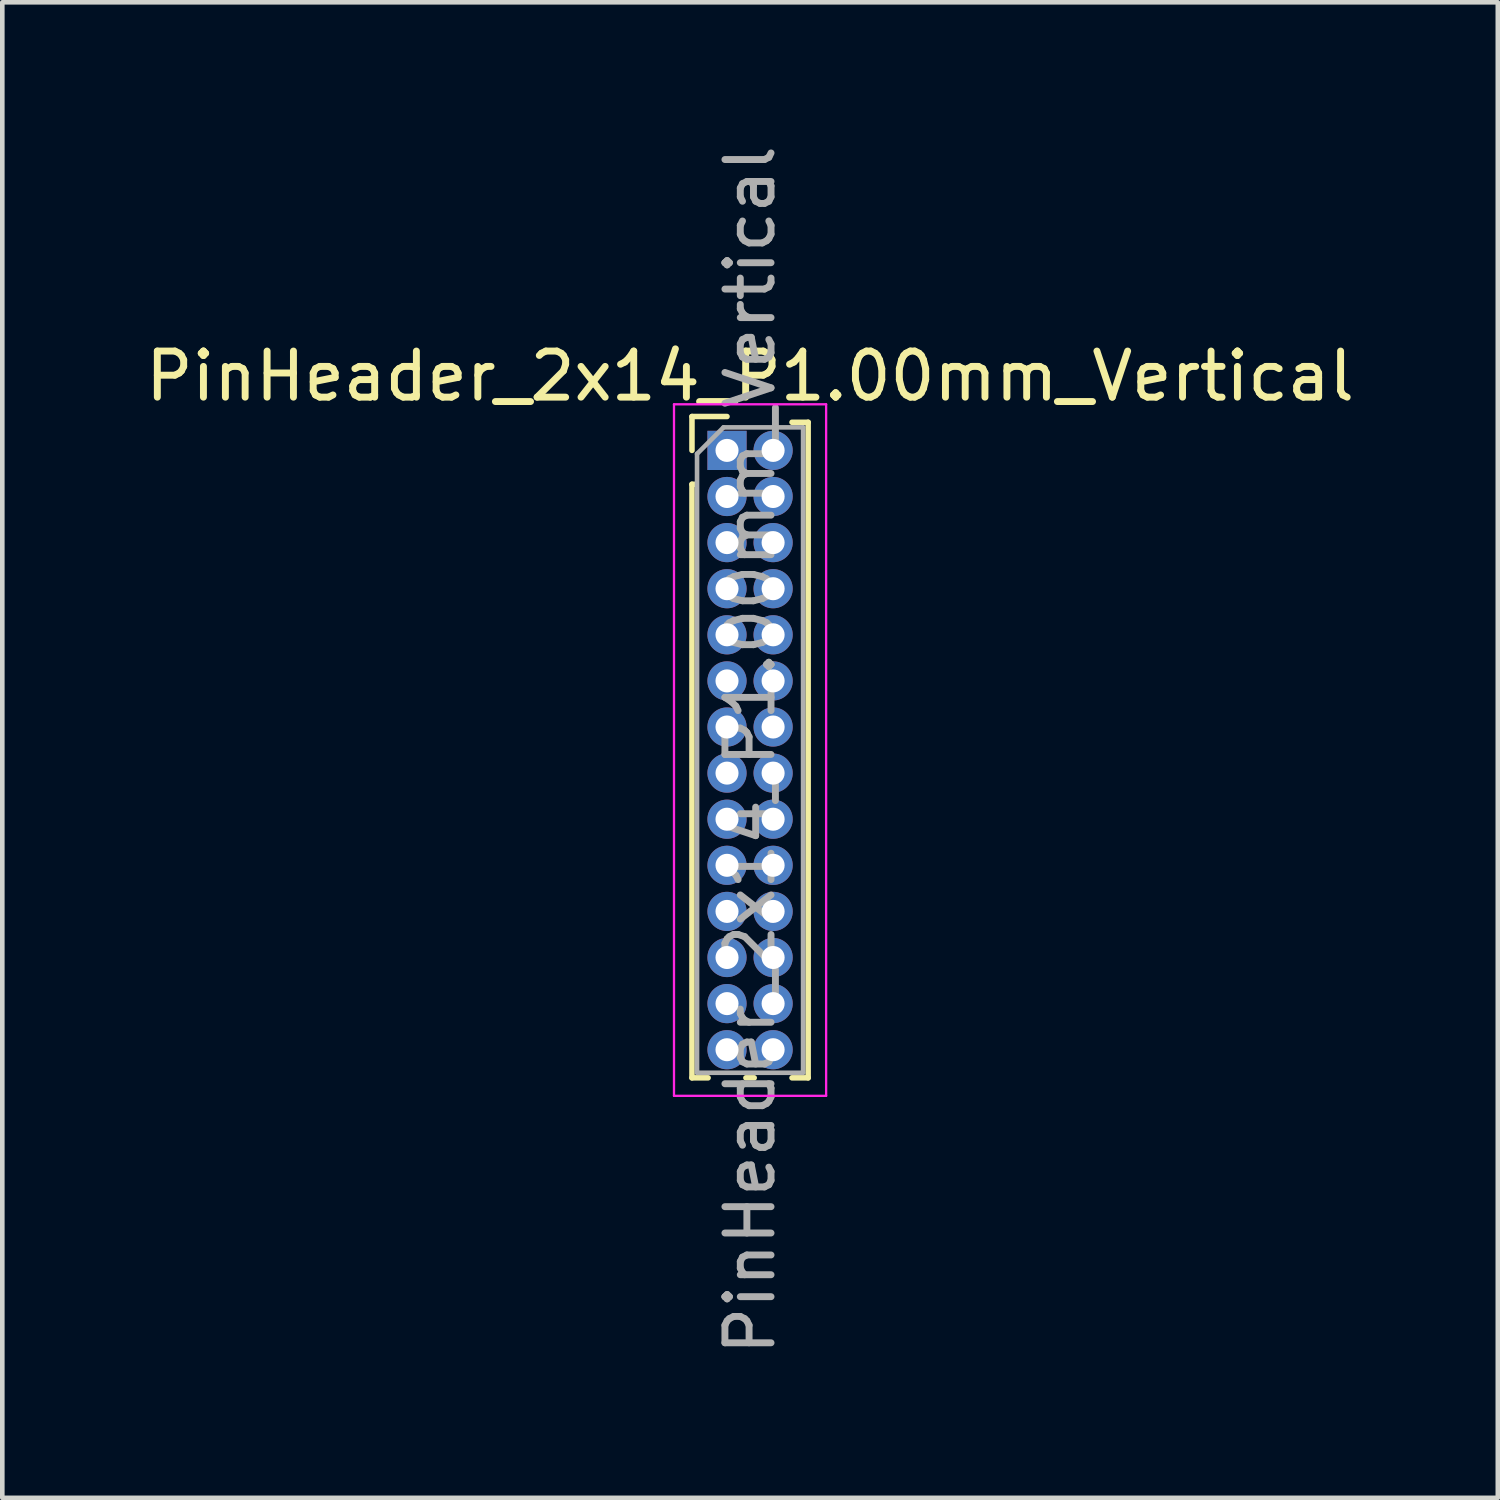
<source format=kicad_pcb>
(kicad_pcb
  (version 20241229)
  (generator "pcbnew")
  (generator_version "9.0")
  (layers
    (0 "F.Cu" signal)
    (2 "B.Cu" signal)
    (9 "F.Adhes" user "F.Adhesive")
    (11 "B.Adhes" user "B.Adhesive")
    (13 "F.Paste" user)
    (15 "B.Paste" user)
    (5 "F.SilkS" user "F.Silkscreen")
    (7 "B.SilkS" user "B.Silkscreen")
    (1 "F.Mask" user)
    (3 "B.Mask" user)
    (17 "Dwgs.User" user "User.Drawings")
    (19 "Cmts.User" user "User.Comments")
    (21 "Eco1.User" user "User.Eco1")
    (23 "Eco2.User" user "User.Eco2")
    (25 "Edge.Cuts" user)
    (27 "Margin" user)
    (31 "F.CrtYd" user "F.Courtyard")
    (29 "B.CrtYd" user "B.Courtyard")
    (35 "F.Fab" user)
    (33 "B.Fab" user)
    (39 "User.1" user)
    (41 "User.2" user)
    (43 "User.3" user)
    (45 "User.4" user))
  (footprint "PinHeader_2x14_P1.00mm_Vertical"
    (layer "F.Cu")
    (at 12.72 6.72)
    (property "Reference" "PinHeader_2x14_P1.00mm_Vertical" (at 0.5 -1.61 0) (layer "F.SilkS") (effects (font (size 1 1) (thickness 0.15))))
    (attr through_hole)
    (fp_line (start -0.76 -0.735) (end 0 -0.735) (stroke (width 0.12) (type solid)) (layer "F.SilkS"))
    (fp_line (start -0.76 0) (end -0.76 -0.735) (stroke (width 0.12) (type solid)) (layer "F.SilkS"))
    (fp_line (start -0.76 0.735) (end -0.76 13.61) (stroke (width 0.12) (type solid)) (layer "F.SilkS"))
    (fp_line (start -0.76 0.735) (end -0.686 0.735) (stroke (width 0.12) (type solid)) (layer "F.SilkS"))
    (fp_line (start -0.76 13.61) (end -0.41 13.61) (stroke (width 0.12) (type solid)) (layer "F.SilkS"))
    (fp_line (start 0.41 13.61) (end 0.59 13.61) (stroke (width 0.12) (type solid)) (layer "F.SilkS"))
    (fp_line (start 1.41 -0.61) (end 1.76 -0.61) (stroke (width 0.12) (type solid)) (layer "F.SilkS"))
    (fp_line (start 1.41 13.61) (end 1.76 13.61) (stroke (width 0.12) (type solid)) (layer "F.SilkS"))
    (fp_line (start 1.76 -0.61) (end 1.76 13.61) (stroke (width 0.12) (type solid)) (layer "F.SilkS"))
    (fp_line (start -1.15 -1) (end -1.15 14) (stroke (width 0.05) (type solid)) (layer "F.CrtYd"))
    (fp_line (start -1.15 14) (end 2.15 14) (stroke (width 0.05) (type solid)) (layer "F.CrtYd"))
    (fp_line (start 2.15 -1) (end -1.15 -1) (stroke (width 0.05) (type solid)) (layer "F.CrtYd"))
    (fp_line (start 2.15 14) (end 2.15 -1) (stroke (width 0.05) (type solid)) (layer "F.CrtYd"))
    (fp_line (start -0.65 0.075) (end -0.075 -0.5) (stroke (width 0.1) (type solid)) (layer "F.Fab"))
    (fp_line (start -0.65 13.5) (end -0.65 0.075) (stroke (width 0.1) (type solid)) (layer "F.Fab"))
    (fp_line (start -0.075 -0.5) (end 1.65 -0.5) (stroke (width 0.1) (type solid)) (layer "F.Fab"))
    (fp_line (start 1.65 -0.5) (end 1.65 13.5) (stroke (width 0.1) (type solid)) (layer "F.Fab"))
    (fp_line (start 1.65 13.5) (end -0.65 13.5) (stroke (width 0.1) (type solid)) (layer "F.Fab"))
    (fp_text user "${REFERENCE}" (at 0.5 6.5 90) (layer "F.Fab") (effects (font (size 1 1) (thickness 0.15))))
    (pad "1" thru_hole rect (at 0 0) (size 0.85 0.85) (drill 0.5) (layers "*.Cu" "*.Mask"))
    (pad "2" thru_hole circle (at 1 0) (size 0.85 0.85) (drill 0.5) (layers "*.Cu" "*.Mask"))
    (pad "3" thru_hole circle (at 0 1) (size 0.85 0.85) (drill 0.5) (layers "*.Cu" "*.Mask"))
    (pad "4" thru_hole circle (at 1 1) (size 0.85 0.85) (drill 0.5) (layers "*.Cu" "*.Mask"))
    (pad "5" thru_hole circle (at 0 2) (size 0.85 0.85) (drill 0.5) (layers "*.Cu" "*.Mask"))
    (pad "6" thru_hole circle (at 1 2) (size 0.85 0.85) (drill 0.5) (layers "*.Cu" "*.Mask"))
    (pad "7" thru_hole circle (at 0 3) (size 0.85 0.85) (drill 0.5) (layers "*.Cu" "*.Mask"))
    (pad "8" thru_hole circle (at 1 3) (size 0.85 0.85) (drill 0.5) (layers "*.Cu" "*.Mask"))
    (pad "9" thru_hole circle (at 0 4) (size 0.85 0.85) (drill 0.5) (layers "*.Cu" "*.Mask"))
    (pad "10" thru_hole circle (at 1 4) (size 0.85 0.85) (drill 0.5) (layers "*.Cu" "*.Mask"))
    (pad "11" thru_hole circle (at 0 5) (size 0.85 0.85) (drill 0.5) (layers "*.Cu" "*.Mask"))
    (pad "12" thru_hole circle (at 1 5) (size 0.85 0.85) (drill 0.5) (layers "*.Cu" "*.Mask"))
    (pad "13" thru_hole circle (at 0 6) (size 0.85 0.85) (drill 0.5) (layers "*.Cu" "*.Mask"))
    (pad "14" thru_hole circle (at 1 6) (size 0.85 0.85) (drill 0.5) (layers "*.Cu" "*.Mask"))
    (pad "15" thru_hole circle (at 0 7) (size 0.85 0.85) (drill 0.5) (layers "*.Cu" "*.Mask"))
    (pad "16" thru_hole circle (at 1 7) (size 0.85 0.85) (drill 0.5) (layers "*.Cu" "*.Mask"))
    (pad "17" thru_hole circle (at 0 8) (size 0.85 0.85) (drill 0.5) (layers "*.Cu" "*.Mask"))
    (pad "18" thru_hole circle (at 1 8) (size 0.85 0.85) (drill 0.5) (layers "*.Cu" "*.Mask"))
    (pad "19" thru_hole circle (at 0 9) (size 0.85 0.85) (drill 0.5) (layers "*.Cu" "*.Mask"))
    (pad "20" thru_hole circle (at 1 9) (size 0.85 0.85) (drill 0.5) (layers "*.Cu" "*.Mask"))
    (pad "21" thru_hole circle (at 0 10) (size 0.85 0.85) (drill 0.5) (layers "*.Cu" "*.Mask"))
    (pad "22" thru_hole circle (at 1 10) (size 0.85 0.85) (drill 0.5) (layers "*.Cu" "*.Mask"))
    (pad "23" thru_hole circle (at 0 11) (size 0.85 0.85) (drill 0.5) (layers "*.Cu" "*.Mask"))
    (pad "24" thru_hole circle (at 1 11) (size 0.85 0.85) (drill 0.5) (layers "*.Cu" "*.Mask"))
    (pad "25" thru_hole circle (at 0 12) (size 0.85 0.85) (drill 0.5) (layers "*.Cu" "*.Mask"))
    (pad "26" thru_hole circle (at 1 12) (size 0.85 0.85) (drill 0.5) (layers "*.Cu" "*.Mask"))
    (pad "27" thru_hole circle (at 0 13) (size 0.85 0.85) (drill 0.5) (layers "*.Cu" "*.Mask"))
    (pad "28" thru_hole circle (at 1 13) (size 0.85 0.85) (drill 0.5) (layers "*.Cu" "*.Mask")))
  (gr_rect
    (start -3 -3)
    (end 29.44 29.44)
    (stroke (width 0.1) (type default))
    (fill no)
    (layer "Edge.Cuts")))
</source>
